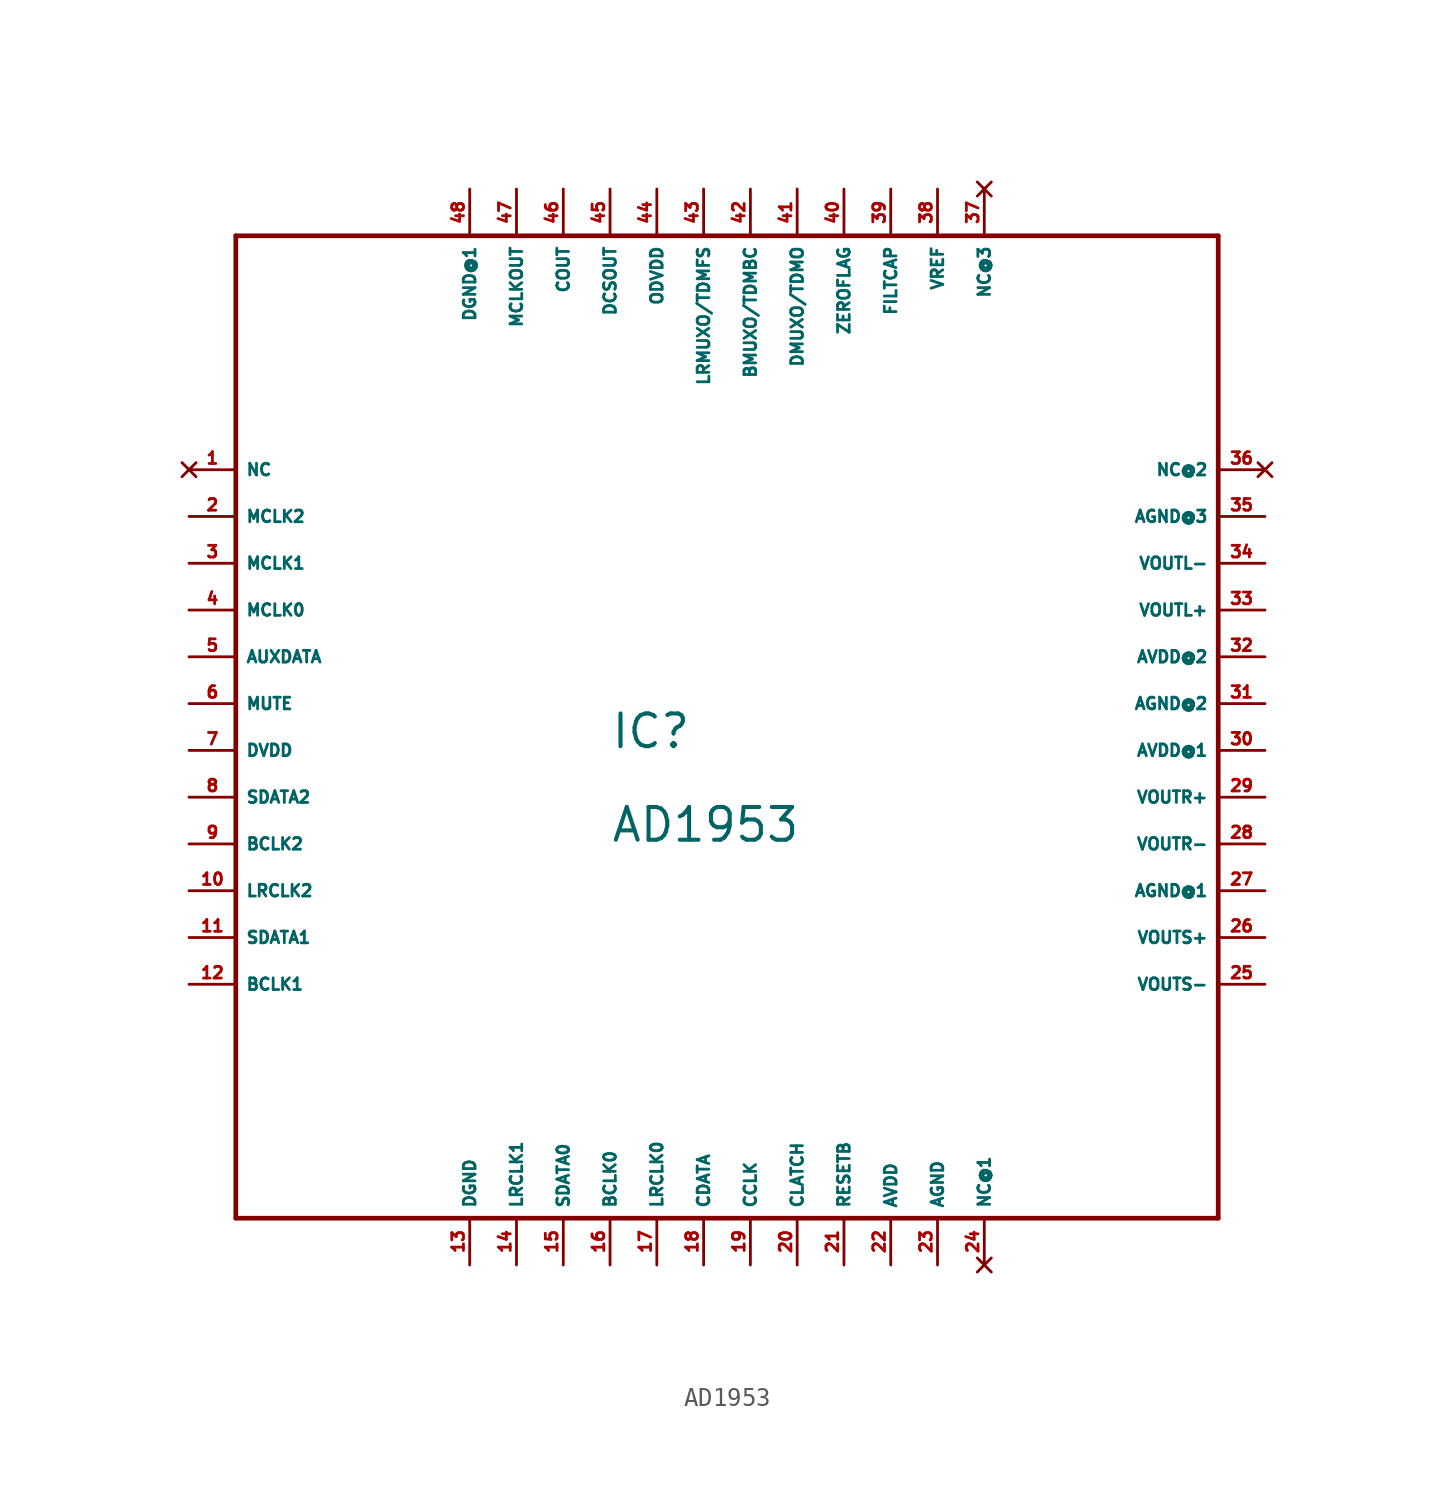
<source format=kicad_sym>
(kicad_symbol_lib
  (version 20220914)
  (generator Eagle2Kicad)
  (symbol "AD1953"
    (property "Reference" "IC"
      (at -7.62 -2.54 0)
      (effects (font (size 1.778 1.778) (thickness 0.22)) (justify left bottom)))
    (property "Value" "AD1953"
      (at -7.62 -7.62 0)
      (effects (font (size 1.778 1.778) (thickness 0.22)) (justify left bottom)))
    (polyline
      (pts (xy -27.94 -27.94) (xy 25.4 -27.94))
      (stroke (width 0.254) (type default))
      (fill (type none)))
    (polyline
      (pts (xy 25.4 -27.94) (xy 25.4 25.4))
      (stroke (width 0.254) (type default))
      (fill (type none)))
    (polyline
      (pts (xy 25.4 25.4) (xy -27.94 25.4))
      (stroke (width 0.254) (type default))
      (fill (type none)))
    (polyline
      (pts (xy -27.94 25.4) (xy -27.94 -27.94))
      (stroke (width 0.254) (type default))
      (fill (type none)))
    (pin no_connect line
      (at -30.48 12.7 0)
      (length 2.54)
      (name "NC" (effects (font (size 0.635 0.635) (thickness 0.08)) (justify left bottom) hide))
      (number "1" (effects (font (size 0.635 0.635) (thickness 0.08)) (justify left bottom) hide)))
    (pin input line
      (at -30.48 10.16 0)
      (length 2.54)
      (name "MCLK2" (effects (font (size 0.635 0.635) (thickness 0.08)) (justify left bottom)))
      (number "2" (effects (font (size 0.635 0.635) (thickness 0.08)) (justify left bottom))))
    (pin input line
      (at -30.48 7.62 0)
      (length 2.54)
      (name "MCLK1" (effects (font (size 0.635 0.635) (thickness 0.08)) (justify left bottom)))
      (number "3" (effects (font (size 0.635 0.635) (thickness 0.08)) (justify left bottom))))
    (pin input line
      (at -30.48 5.08 0)
      (length 2.54)
      (name "MCLK0" (effects (font (size 0.635 0.635) (thickness 0.08)) (justify left bottom)))
      (number "4" (effects (font (size 0.635 0.635) (thickness 0.08)) (justify left bottom))))
    (pin input line
      (at -30.48 2.54 0)
      (length 2.54)
      (name "AUXDATA" (effects (font (size 0.635 0.635) (thickness 0.08)) (justify left bottom)))
      (number "5" (effects (font (size 0.635 0.635) (thickness 0.08)) (justify left bottom))))
    (pin input line
      (at -30.48 0 0)
      (length 2.54)
      (name "MUTE" (effects (font (size 0.635 0.635) (thickness 0.08)) (justify left bottom)))
      (number "6" (effects (font (size 0.635 0.635) (thickness 0.08)) (justify left bottom))))
    (pin unspecified line
      (at -30.48 -2.54 0)
      (length 2.54)
      (name "DVDD" (effects (font (size 0.635 0.635) (thickness 0.08)) (justify left bottom)))
      (number "7" (effects (font (size 0.635 0.635) (thickness 0.08)) (justify left bottom))))
    (pin input line
      (at -30.48 -5.08 0)
      (length 2.54)
      (name "SDATA2" (effects (font (size 0.635 0.635) (thickness 0.08)) (justify left bottom)))
      (number "8" (effects (font (size 0.635 0.635) (thickness 0.08)) (justify left bottom))))
    (pin input line
      (at -30.48 -7.62 0)
      (length 2.54)
      (name "BCLK2" (effects (font (size 0.635 0.635) (thickness 0.08)) (justify left bottom)))
      (number "9" (effects (font (size 0.635 0.635) (thickness 0.08)) (justify left bottom))))
    (pin input line
      (at -30.48 -10.16 0)
      (length 2.54)
      (name "LRCLK2" (effects (font (size 0.635 0.635) (thickness 0.08)) (justify left bottom)))
      (number "10" (effects (font (size 0.635 0.635) (thickness 0.08)) (justify left bottom))))
    (pin input line
      (at -30.48 -12.7 0)
      (length 2.54)
      (name "SDATA1" (effects (font (size 0.635 0.635) (thickness 0.08)) (justify left bottom)))
      (number "11" (effects (font (size 0.635 0.635) (thickness 0.08)) (justify left bottom))))
    (pin input line
      (at -30.48 -15.24 0)
      (length 2.54)
      (name "BCLK1" (effects (font (size 0.635 0.635) (thickness 0.08)) (justify left bottom)))
      (number "12" (effects (font (size 0.635 0.635) (thickness 0.08)) (justify left bottom))))
    (pin unspecified line
      (at -15.24 -30.48 90)
      (length 2.54)
      (name "DGND" (effects (font (size 0.635 0.635) (thickness 0.08)) (justify left bottom)))
      (number "13" (effects (font (size 0.635 0.635) (thickness 0.08)) (justify left bottom))))
    (pin input line
      (at -12.7 -30.48 90)
      (length 2.54)
      (name "LRCLK1" (effects (font (size 0.635 0.635) (thickness 0.08)) (justify left bottom)))
      (number "14" (effects (font (size 0.635 0.635) (thickness 0.08)) (justify left bottom))))
    (pin input line
      (at -10.16 -30.48 90)
      (length 2.54)
      (name "SDATA0" (effects (font (size 0.635 0.635) (thickness 0.08)) (justify left bottom)))
      (number "15" (effects (font (size 0.635 0.635) (thickness 0.08)) (justify left bottom))))
    (pin input line
      (at -7.62 -30.48 90)
      (length 2.54)
      (name "BCLK0" (effects (font (size 0.635 0.635) (thickness 0.08)) (justify left bottom)))
      (number "16" (effects (font (size 0.635 0.635) (thickness 0.08)) (justify left bottom))))
    (pin input line
      (at -5.08 -30.48 90)
      (length 2.54)
      (name "LRCLK0" (effects (font (size 0.635 0.635) (thickness 0.08)) (justify left bottom)))
      (number "17" (effects (font (size 0.635 0.635) (thickness 0.08)) (justify left bottom))))
    (pin input line
      (at -2.54 -30.48 90)
      (length 2.54)
      (name "CDATA" (effects (font (size 0.635 0.635) (thickness 0.08)) (justify left bottom)))
      (number "18" (effects (font (size 0.635 0.635) (thickness 0.08)) (justify left bottom))))
    (pin input line
      (at 0 -30.48 90)
      (length 2.54)
      (name "CCLK" (effects (font (size 0.635 0.635) (thickness 0.08)) (justify left bottom)))
      (number "19" (effects (font (size 0.635 0.635) (thickness 0.08)) (justify left bottom))))
    (pin input line
      (at 2.54 -30.48 90)
      (length 2.54)
      (name "CLATCH" (effects (font (size 0.635 0.635) (thickness 0.08)) (justify left bottom)))
      (number "20" (effects (font (size 0.635 0.635) (thickness 0.08)) (justify left bottom))))
    (pin input line
      (at 5.08 -30.48 90)
      (length 2.54)
      (name "RESETB" (effects (font (size 0.635 0.635) (thickness 0.08)) (justify left bottom)))
      (number "21" (effects (font (size 0.635 0.635) (thickness 0.08)) (justify left bottom))))
    (pin unspecified line
      (at 7.62 -30.48 90)
      (length 2.54)
      (name "AVDD" (effects (font (size 0.635 0.635) (thickness 0.08)) (justify left bottom)))
      (number "22" (effects (font (size 0.635 0.635) (thickness 0.08)) (justify left bottom))))
    (pin unspecified line
      (at 10.16 -30.48 90)
      (length 2.54)
      (name "AGND" (effects (font (size 0.635 0.635) (thickness 0.08)) (justify left bottom)))
      (number "23" (effects (font (size 0.635 0.635) (thickness 0.08)) (justify left bottom))))
    (pin no_connect line
      (at 12.7 -30.48 90)
      (length 2.54)
      (name "NC@1" (effects (font (size 0.635 0.635) (thickness 0.08)) (justify left bottom) hide))
      (number "24" (effects (font (size 0.635 0.635) (thickness 0.08)) (justify left bottom) hide)))
    (pin output line
      (at 27.94 -15.24 180)
      (length 2.54)
      (name "VOUTS-" (effects (font (size 0.635 0.635) (thickness 0.08)) (justify left bottom)))
      (number "25" (effects (font (size 0.635 0.635) (thickness 0.08)) (justify left bottom))))
    (pin output line
      (at 27.94 -12.7 180)
      (length 2.54)
      (name "VOUTS+" (effects (font (size 0.635 0.635) (thickness 0.08)) (justify left bottom)))
      (number "26" (effects (font (size 0.635 0.635) (thickness 0.08)) (justify left bottom))))
    (pin unspecified line
      (at 27.94 -10.16 180)
      (length 2.54)
      (name "AGND@1" (effects (font (size 0.635 0.635) (thickness 0.08)) (justify left bottom)))
      (number "27" (effects (font (size 0.635 0.635) (thickness 0.08)) (justify left bottom))))
    (pin output line
      (at 27.94 -7.62 180)
      (length 2.54)
      (name "VOUTR-" (effects (font (size 0.635 0.635) (thickness 0.08)) (justify left bottom)))
      (number "28" (effects (font (size 0.635 0.635) (thickness 0.08)) (justify left bottom))))
    (pin output line
      (at 27.94 -5.08 180)
      (length 2.54)
      (name "VOUTR+" (effects (font (size 0.635 0.635) (thickness 0.08)) (justify left bottom)))
      (number "29" (effects (font (size 0.635 0.635) (thickness 0.08)) (justify left bottom))))
    (pin unspecified line
      (at 27.94 -2.54 180)
      (length 2.54)
      (name "AVDD@1" (effects (font (size 0.635 0.635) (thickness 0.08)) (justify left bottom)))
      (number "30" (effects (font (size 0.635 0.635) (thickness 0.08)) (justify left bottom))))
    (pin unspecified line
      (at 27.94 0 180)
      (length 2.54)
      (name "AGND@2" (effects (font (size 0.635 0.635) (thickness 0.08)) (justify left bottom)))
      (number "31" (effects (font (size 0.635 0.635) (thickness 0.08)) (justify left bottom))))
    (pin unspecified line
      (at 27.94 2.54 180)
      (length 2.54)
      (name "AVDD@2" (effects (font (size 0.635 0.635) (thickness 0.08)) (justify left bottom)))
      (number "32" (effects (font (size 0.635 0.635) (thickness 0.08)) (justify left bottom))))
    (pin output line
      (at 27.94 5.08 180)
      (length 2.54)
      (name "VOUTL+" (effects (font (size 0.635 0.635) (thickness 0.08)) (justify left bottom)))
      (number "33" (effects (font (size 0.635 0.635) (thickness 0.08)) (justify left bottom))))
    (pin output line
      (at 27.94 7.62 180)
      (length 2.54)
      (name "VOUTL-" (effects (font (size 0.635 0.635) (thickness 0.08)) (justify left bottom)))
      (number "34" (effects (font (size 0.635 0.635) (thickness 0.08)) (justify left bottom))))
    (pin unspecified line
      (at 27.94 10.16 180)
      (length 2.54)
      (name "AGND@3" (effects (font (size 0.635 0.635) (thickness 0.08)) (justify left bottom)))
      (number "35" (effects (font (size 0.635 0.635) (thickness 0.08)) (justify left bottom))))
    (pin no_connect line
      (at 27.94 12.7 180)
      (length 2.54)
      (name "NC@2" (effects (font (size 0.635 0.635) (thickness 0.08)) (justify left bottom) hide))
      (number "36" (effects (font (size 0.635 0.635) (thickness 0.08)) (justify left bottom) hide)))
    (pin no_connect line
      (at 12.7 27.94 270)
      (length 2.54)
      (name "NC@3" (effects (font (size 0.635 0.635) (thickness 0.08)) (justify left bottom) hide))
      (number "37" (effects (font (size 0.635 0.635) (thickness 0.08)) (justify left bottom) hide)))
    (pin input line
      (at 10.16 27.94 270)
      (length 2.54)
      (name "VREF" (effects (font (size 0.635 0.635) (thickness 0.08)) (justify left bottom)))
      (number "38" (effects (font (size 0.635 0.635) (thickness 0.08)) (justify left bottom))))
    (pin input line
      (at 7.62 27.94 270)
      (length 2.54)
      (name "FILTCAP" (effects (font (size 0.635 0.635) (thickness 0.08)) (justify left bottom)))
      (number "39" (effects (font (size 0.635 0.635) (thickness 0.08)) (justify left bottom))))
    (pin output line
      (at 5.08 27.94 270)
      (length 2.54)
      (name "ZEROFLAG" (effects (font (size 0.635 0.635) (thickness 0.08)) (justify left bottom)))
      (number "40" (effects (font (size 0.635 0.635) (thickness 0.08)) (justify left bottom))))
    (pin output line
      (at 2.54 27.94 270)
      (length 2.54)
      (name "DMUXO/TDMO" (effects (font (size 0.635 0.635) (thickness 0.08)) (justify left bottom)))
      (number "41" (effects (font (size 0.635 0.635) (thickness 0.08)) (justify left bottom))))
    (pin output line
      (at 0 27.94 270)
      (length 2.54)
      (name "BMUXO/TDMBC" (effects (font (size 0.635 0.635) (thickness 0.08)) (justify left bottom)))
      (number "42" (effects (font (size 0.635 0.635) (thickness 0.08)) (justify left bottom))))
    (pin output line
      (at -2.54 27.94 270)
      (length 2.54)
      (name "LRMUXO/TDMFS" (effects (font (size 0.635 0.635) (thickness 0.08)) (justify left bottom)))
      (number "43" (effects (font (size 0.635 0.635) (thickness 0.08)) (justify left bottom))))
    (pin unspecified line
      (at -5.08 27.94 270)
      (length 2.54)
      (name "ODVDD" (effects (font (size 0.635 0.635) (thickness 0.08)) (justify left bottom)))
      (number "44" (effects (font (size 0.635 0.635) (thickness 0.08)) (justify left bottom))))
    (pin output line
      (at -7.62 27.94 270)
      (length 2.54)
      (name "DCSOUT" (effects (font (size 0.635 0.635) (thickness 0.08)) (justify left bottom)))
      (number "45" (effects (font (size 0.635 0.635) (thickness 0.08)) (justify left bottom))))
    (pin output line
      (at -10.16 27.94 270)
      (length 2.54)
      (name "COUT" (effects (font (size 0.635 0.635) (thickness 0.08)) (justify left bottom)))
      (number "46" (effects (font (size 0.635 0.635) (thickness 0.08)) (justify left bottom))))
    (pin output line
      (at -12.7 27.94 270)
      (length 2.54)
      (name "MCLKOUT" (effects (font (size 0.635 0.635) (thickness 0.08)) (justify left bottom)))
      (number "47" (effects (font (size 0.635 0.635) (thickness 0.08)) (justify left bottom))))
    (pin unspecified line
      (at -15.24 27.94 270)
      (length 2.54)
      (name "DGND@1" (effects (font (size 0.635 0.635) (thickness 0.08)) (justify left bottom)))
      (number "48" (effects (font (size 0.635 0.635) (thickness 0.08)) (justify left bottom))))))
</source>
